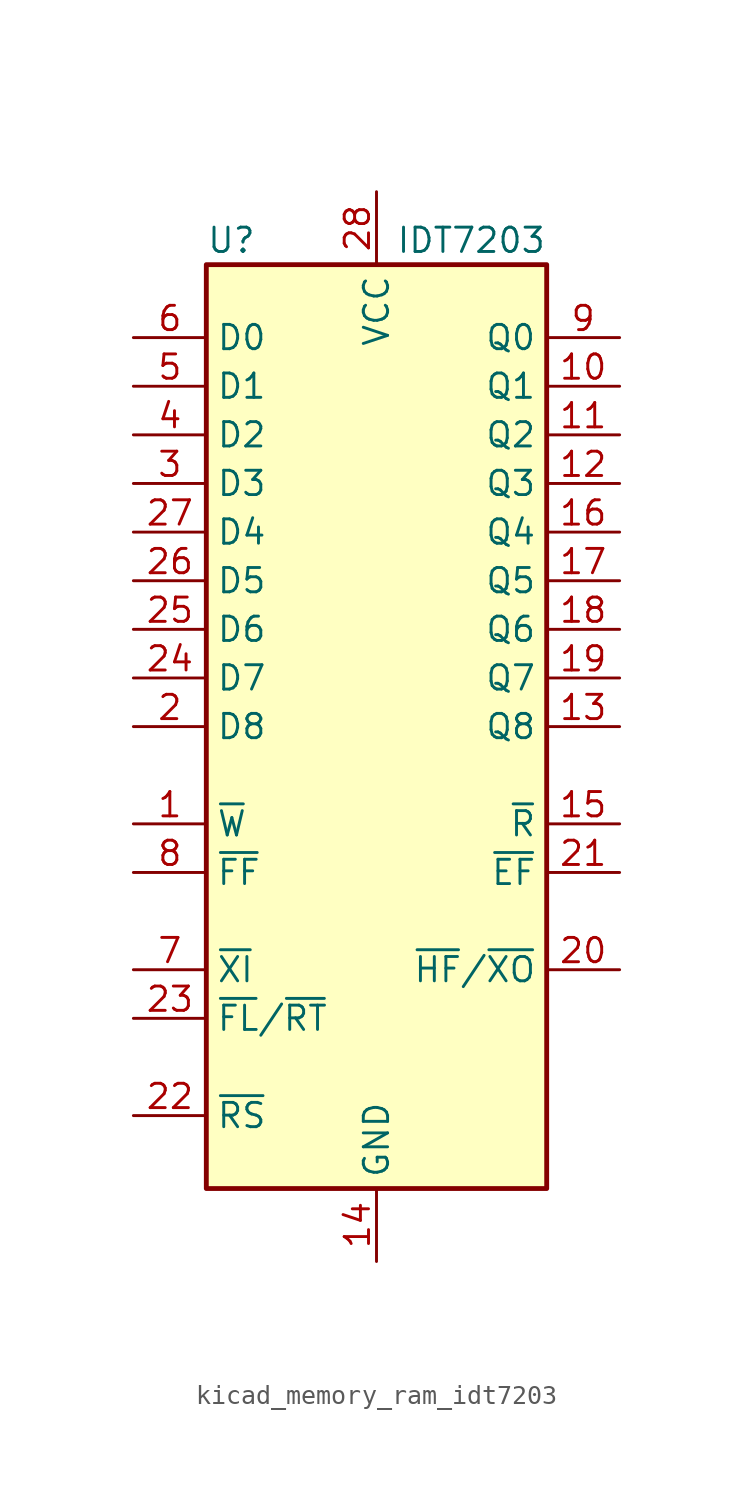
<source format=kicad_sym>
(kicad_symbol_lib
  (version 20220914)
  (generator kicad_symbol_editor)
  (symbol "kicad_memory_ram_idt7203"
    (property "Reference" "U"
      (at -8.89 25.4 0)
      (effects (font (size 1.27 1.27)) (justify left)))
    (property "Value" "IDT7203"
      (at 8.89 25.4 0)
      (effects (font (size 1.27 1.27)) (justify right)))
    (symbol "kicad_memory_ram_idt7203_0_1"
      (rectangle (start -8.89 24.13) (end 8.89 -24.13) (stroke (width 0.254) (type default)) (fill (type background)))
      (pin input line (at -12.7 -5.08 0) (length 3.81) (name "~{W}" (effects (font (size 1.27 1.27)))) (number "1" (effects (font (size 1.27 1.27)))))
      (pin output line (at 12.7 17.78 180) (length 3.81) (name "Q1" (effects (font (size 1.27 1.27)))) (number "10" (effects (font (size 1.27 1.27)))))
      (pin output line (at 12.7 15.24 180) (length 3.81) (name "Q2" (effects (font (size 1.27 1.27)))) (number "11" (effects (font (size 1.27 1.27)))))
      (pin output line (at 12.7 12.7 180) (length 3.81) (name "Q3" (effects (font (size 1.27 1.27)))) (number "12" (effects (font (size 1.27 1.27)))))
      (pin output line (at 12.7 0 180) (length 3.81) (name "Q8" (effects (font (size 1.27 1.27)))) (number "13" (effects (font (size 1.27 1.27)))))
      (pin power_in line (at 0 -27.94 90) (length 3.81) (name "GND" (effects (font (size 1.27 1.27)))) (number "14" (effects (font (size 1.27 1.27)))))
      (pin input line (at 12.7 -5.08 180) (length 3.81) (name "~{R}" (effects (font (size 1.27 1.27)))) (number "15" (effects (font (size 1.27 1.27)))))
      (pin output line (at 12.7 10.16 180) (length 3.81) (name "Q4" (effects (font (size 1.27 1.27)))) (number "16" (effects (font (size 1.27 1.27)))))
      (pin output line (at 12.7 7.62 180) (length 3.81) (name "Q5" (effects (font (size 1.27 1.27)))) (number "17" (effects (font (size 1.27 1.27)))))
      (pin output line (at 12.7 5.08 180) (length 3.81) (name "Q6" (effects (font (size 1.27 1.27)))) (number "18" (effects (font (size 1.27 1.27)))))
      (pin output line (at 12.7 2.54 180) (length 3.81) (name "Q7" (effects (font (size 1.27 1.27)))) (number "19" (effects (font (size 1.27 1.27)))))
      (pin input line (at -12.7 0 0) (length 3.81) (name "D8" (effects (font (size 1.27 1.27)))) (number "2" (effects (font (size 1.27 1.27)))))
      (pin output line (at 12.7 -12.7 180) (length 3.81) (name "~{HF}/~{XO}" (effects (font (size 1.27 1.27)))) (number "20" (effects (font (size 1.27 1.27)))))
      (pin output line (at 12.7 -7.62 180) (length 3.81) (name "~{EF}" (effects (font (size 1.27 1.27)))) (number "21" (effects (font (size 1.27 1.27)))))
      (pin input line (at -12.7 -20.32 0) (length 3.81) (name "~{RS}" (effects (font (size 1.27 1.27)))) (number "22" (effects (font (size 1.27 1.27)))))
      (pin input line (at -12.7 -15.24 0) (length 3.81) (name "~{FL}/~{RT}" (effects (font (size 1.27 1.27)))) (number "23" (effects (font (size 1.27 1.27)))))
      (pin input line (at -12.7 2.54 0) (length 3.81) (name "D7" (effects (font (size 1.27 1.27)))) (number "24" (effects (font (size 1.27 1.27)))))
      (pin input line (at -12.7 5.08 0) (length 3.81) (name "D6" (effects (font (size 1.27 1.27)))) (number "25" (effects (font (size 1.27 1.27)))))
      (pin input line (at -12.7 7.62 0) (length 3.81) (name "D5" (effects (font (size 1.27 1.27)))) (number "26" (effects (font (size 1.27 1.27)))))
      (pin input line (at -12.7 10.16 0) (length 3.81) (name "D4" (effects (font (size 1.27 1.27)))) (number "27" (effects (font (size 1.27 1.27)))))
      (pin power_in line (at 0 27.94 270) (length 3.81) (name "VCC" (effects (font (size 1.27 1.27)))) (number "28" (effects (font (size 1.27 1.27)))))
      (pin input line (at -12.7 12.7 0) (length 3.81) (name "D3" (effects (font (size 1.27 1.27)))) (number "3" (effects (font (size 1.27 1.27)))))
      (pin input line (at -12.7 15.24 0) (length 3.81) (name "D2" (effects (font (size 1.27 1.27)))) (number "4" (effects (font (size 1.27 1.27)))))
      (pin input line (at -12.7 17.78 0) (length 3.81) (name "D1" (effects (font (size 1.27 1.27)))) (number "5" (effects (font (size 1.27 1.27)))))
      (pin input line (at -12.7 20.32 0) (length 3.81) (name "D0" (effects (font (size 1.27 1.27)))) (number "6" (effects (font (size 1.27 1.27)))))
      (pin input line (at -12.7 -12.7 0) (length 3.81) (name "~{XI}" (effects (font (size 1.27 1.27)))) (number "7" (effects (font (size 1.27 1.27)))))
      (pin output line (at -12.7 -7.62 0) (length 3.81) (name "~{FF}" (effects (font (size 1.27 1.27)))) (number "8" (effects (font (size 1.27 1.27)))))
      (pin output line (at 12.7 20.32 180) (length 3.81) (name "Q0" (effects (font (size 1.27 1.27)))) (number "9" (effects (font (size 1.27 1.27))))))))
</source>
